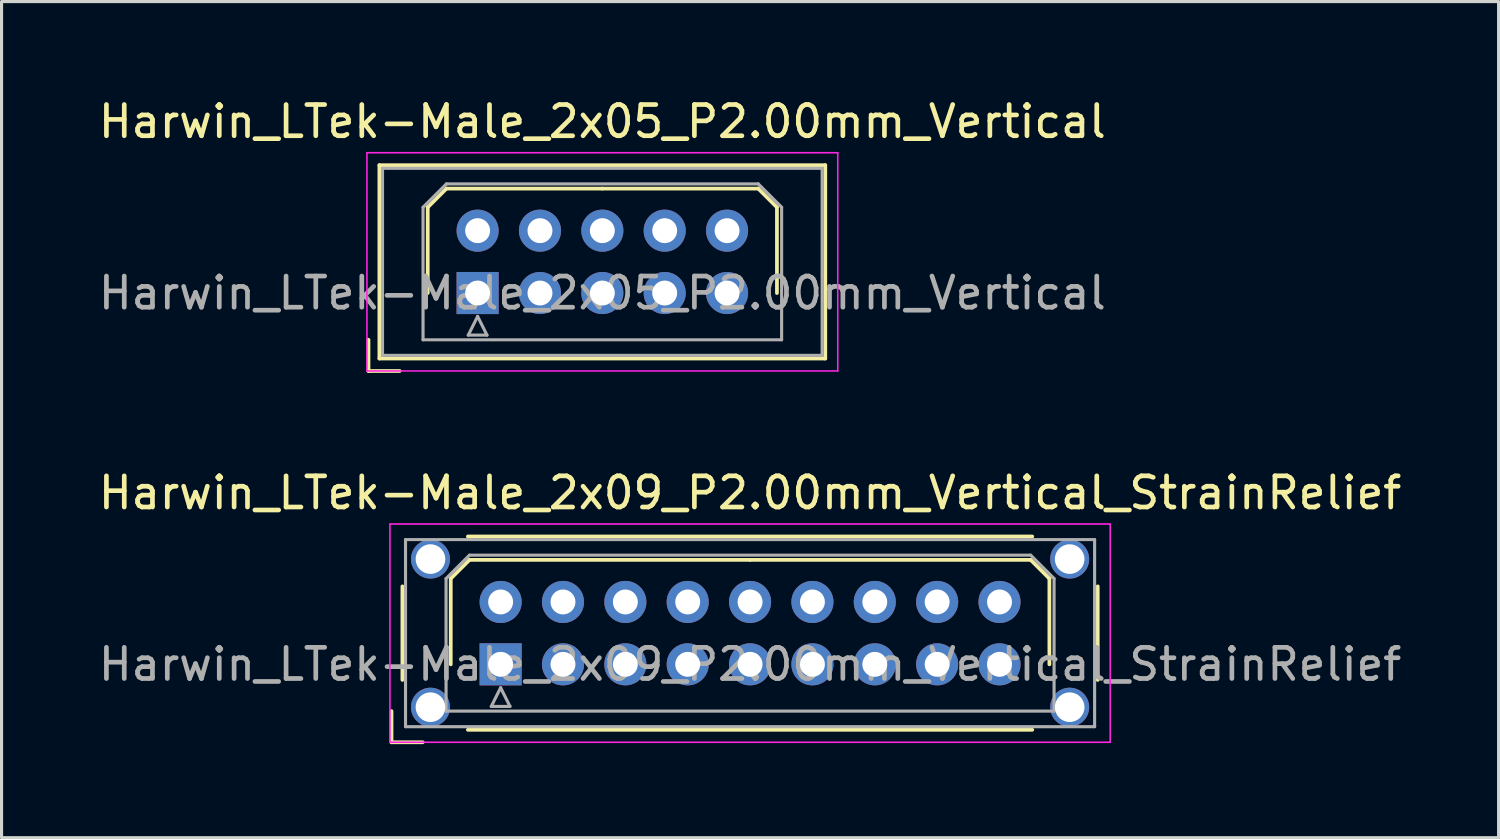
<source format=kicad_pcb>
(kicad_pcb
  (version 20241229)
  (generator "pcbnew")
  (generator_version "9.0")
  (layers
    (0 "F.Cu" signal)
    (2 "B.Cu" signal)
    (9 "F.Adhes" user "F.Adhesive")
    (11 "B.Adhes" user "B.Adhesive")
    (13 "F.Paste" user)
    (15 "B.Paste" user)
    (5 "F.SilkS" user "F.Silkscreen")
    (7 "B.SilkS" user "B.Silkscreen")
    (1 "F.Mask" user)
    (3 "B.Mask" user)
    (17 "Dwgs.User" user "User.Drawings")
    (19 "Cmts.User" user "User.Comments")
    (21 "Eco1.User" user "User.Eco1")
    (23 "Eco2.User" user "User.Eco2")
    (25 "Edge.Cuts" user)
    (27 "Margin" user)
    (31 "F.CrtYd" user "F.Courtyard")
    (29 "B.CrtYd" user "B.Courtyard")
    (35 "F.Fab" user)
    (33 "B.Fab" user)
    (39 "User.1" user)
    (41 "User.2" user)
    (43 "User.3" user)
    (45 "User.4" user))
  (footprint "Harwin_LTek-Male_2x05_P2.00mm_Vertical"
    (layer "F.Cu")
    (at 12.268 6.348)
    (property "Reference" "Harwin_LTek-Male_2x05_P2.00mm_Vertical" (at 4 -5.5 0) (layer "F.SilkS") (effects (font (size 1 1) (thickness 0.15))))
    (attr through_hole)
    (fp_line (start -3.5 1.5) (end -3.5 2.5) (stroke (width 0.12) (type solid)) (layer "F.SilkS"))
    (fp_line (start -3.5 2.5) (end -2.5 2.5) (stroke (width 0.12) (type solid)) (layer "F.SilkS"))
    (fp_line (start -3.15 -4.1) (end -3.15 2.1) (stroke (width 0.12) (type solid)) (layer "F.SilkS"))
    (fp_line (start -3.15 2.1) (end 11.15 2.1) (stroke (width 0.12) (type solid)) (layer "F.SilkS"))
    (fp_line (start -1.6 -2.75) (end -1 -3.35) (stroke (width 0.12) (type solid)) (layer "F.SilkS"))
    (fp_line (start -1.6 0) (end -1.6 -2.75) (stroke (width 0.12) (type solid)) (layer "F.SilkS"))
    (fp_line (start -1 -3.35) (end 4 -3.35) (stroke (width 0.12) (type solid)) (layer "F.SilkS"))
    (fp_line (start 9 -3.35) (end 4 -3.35) (stroke (width 0.12) (type solid)) (layer "F.SilkS"))
    (fp_line (start 9.6 -2.75) (end 9 -3.35) (stroke (width 0.12) (type solid)) (layer "F.SilkS"))
    (fp_line (start 9.6 0) (end 9.6 -2.75) (stroke (width 0.12) (type solid)) (layer "F.SilkS"))
    (fp_line (start 11.15 -4.1) (end -3.15 -4.1) (stroke (width 0.12) (type solid)) (layer "F.SilkS"))
    (fp_line (start 11.15 2.1) (end 11.15 -4.1) (stroke (width 0.12) (type solid)) (layer "F.SilkS"))
    (fp_line (start -3.55 -4.5) (end -3.55 2.5) (stroke (width 0.05) (type solid)) (layer "F.CrtYd"))
    (fp_line (start -3.55 2.5) (end 11.55 2.5) (stroke (width 0.05) (type solid)) (layer "F.CrtYd"))
    (fp_line (start 11.55 -4.5) (end -3.55 -4.5) (stroke (width 0.05) (type solid)) (layer "F.CrtYd"))
    (fp_line (start 11.55 2.5) (end 11.55 -4.5) (stroke (width 0.05) (type solid)) (layer "F.CrtYd"))
    (fp_line (start -3.05 -4) (end -3.05 2) (stroke (width 0.1) (type solid)) (layer "F.Fab"))
    (fp_line (start -3.05 2) (end 11.05 2) (stroke (width 0.1) (type solid)) (layer "F.Fab"))
    (fp_line (start -1.75 -2.75) (end -1 -3.5) (stroke (width 0.1) (type solid)) (layer "F.Fab"))
    (fp_line (start -1.75 1.5) (end -1.75 -2.75) (stroke (width 0.1) (type solid)) (layer "F.Fab"))
    (fp_line (start -1 -3.5) (end 9 -3.5) (stroke (width 0.1) (type solid)) (layer "F.Fab"))
    (fp_line (start -0.3 1.35) (end 0.3 1.35) (stroke (width 0.1) (type solid)) (layer "F.Fab"))
    (fp_line (start 0 0.75) (end -0.3 1.35) (stroke (width 0.1) (type solid)) (layer "F.Fab"))
    (fp_line (start 0.3 1.35) (end 0 0.75) (stroke (width 0.1) (type solid)) (layer "F.Fab"))
    (fp_line (start 9 -3.5) (end 9.75 -2.75) (stroke (width 0.1) (type solid)) (layer "F.Fab"))
    (fp_line (start 9.75 -2.75) (end 9.75 1.5) (stroke (width 0.1) (type solid)) (layer "F.Fab"))
    (fp_line (start 9.75 1.5) (end -1.75 1.5) (stroke (width 0.1) (type solid)) (layer "F.Fab"))
    (fp_line (start 11.05 -4) (end -3.05 -4) (stroke (width 0.1) (type solid)) (layer "F.Fab"))
    (fp_line (start 11.05 2) (end 11.05 -4) (stroke (width 0.1) (type solid)) (layer "F.Fab"))
    (fp_text user "${REFERENCE}" (at 4 0 0) (layer "F.Fab") (effects (font (size 1 1) (thickness 0.15))))
    (pad "1" thru_hole rect (at 0 0) (size 1.35 1.35) (drill 0.8) (layers "*.Cu" "*.Mask"))
    (pad "2" thru_hole circle (at 0 -2) (size 1.35 1.35) (drill 0.8) (layers "*.Cu" "*.Mask"))
    (pad "3" thru_hole circle (at 2 0) (size 1.35 1.35) (drill 0.8) (layers "*.Cu" "*.Mask"))
    (pad "4" thru_hole circle (at 2 -2) (size 1.35 1.35) (drill 0.8) (layers "*.Cu" "*.Mask"))
    (pad "5" thru_hole circle (at 4 0) (size 1.35 1.35) (drill 0.8) (layers "*.Cu" "*.Mask"))
    (pad "6" thru_hole circle (at 4 -2) (size 1.35 1.35) (drill 0.8) (layers "*.Cu" "*.Mask"))
    (pad "7" thru_hole circle (at 6 0) (size 1.35 1.35) (drill 0.8) (layers "*.Cu" "*.Mask"))
    (pad "8" thru_hole circle (at 6 -2) (size 1.35 1.35) (drill 0.8) (layers "*.Cu" "*.Mask"))
    (pad "9" thru_hole circle (at 8 0) (size 1.35 1.35) (drill 0.8) (layers "*.Cu" "*.Mask"))
    (pad "10" thru_hole circle (at 8 -2) (size 1.35 1.35) (drill 0.8) (layers "*.Cu" "*.Mask")))
  (footprint "Harwin_LTek-Male_2x09_P2.00mm_Vertical_StrainRelief"
    (layer "F.Cu")
    (at 13.006 18.256)
    (property "Reference" "Harwin_LTek-Male_2x09_P2.00mm_Vertical_StrainRelief" (at 8 -5.5 0) (layer "F.SilkS") (effects (font (size 1 1) (thickness 0.15))))
    (attr through_hole)
    (fp_line (start -3.5 1.5) (end -3.5 2.5) (stroke (width 0.12) (type solid)) (layer "F.SilkS"))
    (fp_line (start -3.5 2.5) (end -2.5 2.5) (stroke (width 0.12) (type solid)) (layer "F.SilkS"))
    (fp_line (start -3.15 -2.5) (end -3.15 0.5) (stroke (width 0.12) (type solid)) (layer "F.SilkS"))
    (fp_line (start -1.6 -2.75) (end -1 -3.35) (stroke (width 0.12) (type solid)) (layer "F.SilkS"))
    (fp_line (start -1.6 0) (end -1.6 -2.75) (stroke (width 0.12) (type solid)) (layer "F.SilkS"))
    (fp_line (start -1.05 -4.1) (end 17.05 -4.1) (stroke (width 0.12) (type solid)) (layer "F.SilkS"))
    (fp_line (start -1.05 2.1) (end 17.05 2.1) (stroke (width 0.12) (type solid)) (layer "F.SilkS"))
    (fp_line (start -1 -3.35) (end 8 -3.35) (stroke (width 0.12) (type solid)) (layer "F.SilkS"))
    (fp_line (start 17 -3.35) (end 8 -3.35) (stroke (width 0.12) (type solid)) (layer "F.SilkS"))
    (fp_line (start 17.6 -2.75) (end 17 -3.35) (stroke (width 0.12) (type solid)) (layer "F.SilkS"))
    (fp_line (start 17.6 0) (end 17.6 -2.75) (stroke (width 0.12) (type solid)) (layer "F.SilkS"))
    (fp_line (start 19.15 -2.5) (end 19.15 0.5) (stroke (width 0.12) (type solid)) (layer "F.SilkS"))
    (fp_line (start -3.55 -4.5) (end -3.55 2.5) (stroke (width 0.05) (type solid)) (layer "F.CrtYd"))
    (fp_line (start -3.55 2.5) (end 19.55 2.5) (stroke (width 0.05) (type solid)) (layer "F.CrtYd"))
    (fp_line (start 19.55 -4.5) (end -3.55 -4.5) (stroke (width 0.05) (type solid)) (layer "F.CrtYd"))
    (fp_line (start 19.55 2.5) (end 19.55 -4.5) (stroke (width 0.05) (type solid)) (layer "F.CrtYd"))
    (fp_line (start -3.05 -4) (end -3.05 2) (stroke (width 0.1) (type solid)) (layer "F.Fab"))
    (fp_line (start -3.05 2) (end 19.05 2) (stroke (width 0.1) (type solid)) (layer "F.Fab"))
    (fp_line (start -1.75 -2.75) (end -1 -3.5) (stroke (width 0.1) (type solid)) (layer "F.Fab"))
    (fp_line (start -1.75 1.5) (end -1.75 -2.75) (stroke (width 0.1) (type solid)) (layer "F.Fab"))
    (fp_line (start -1 -3.5) (end 17 -3.5) (stroke (width 0.1) (type solid)) (layer "F.Fab"))
    (fp_line (start -0.3 1.35) (end 0.3 1.35) (stroke (width 0.1) (type solid)) (layer "F.Fab"))
    (fp_line (start 0 0.75) (end -0.3 1.35) (stroke (width 0.1) (type solid)) (layer "F.Fab"))
    (fp_line (start 0.3 1.35) (end 0 0.75) (stroke (width 0.1) (type solid)) (layer "F.Fab"))
    (fp_line (start 17 -3.5) (end 17.75 -2.75) (stroke (width 0.1) (type solid)) (layer "F.Fab"))
    (fp_line (start 17.75 -2.75) (end 17.75 1.5) (stroke (width 0.1) (type solid)) (layer "F.Fab"))
    (fp_line (start 17.75 1.5) (end -1.75 1.5) (stroke (width 0.1) (type solid)) (layer "F.Fab"))
    (fp_line (start 19.05 -4) (end -3.05 -4) (stroke (width 0.1) (type solid)) (layer "F.Fab"))
    (fp_line (start 19.05 2) (end 19.05 -4) (stroke (width 0.1) (type solid)) (layer "F.Fab"))
    (fp_text user "${REFERENCE}" (at 8 0 0) (layer "F.Fab") (effects (font (size 1 1) (thickness 0.15))))
    (pad "" thru_hole circle (at -2.25 -3.375) (size 1.25 1.25) (drill 0.95) (layers "*.Cu" "*.Mask"))
    (pad "" thru_hole circle (at -2.25 1.375) (size 1.25 1.25) (drill 0.95) (layers "*.Cu" "*.Mask"))
    (pad "" thru_hole circle (at 18.25 -3.375) (size 1.25 1.25) (drill 0.95) (layers "*.Cu" "*.Mask"))
    (pad "" thru_hole circle (at 18.25 1.375) (size 1.25 1.25) (drill 0.95) (layers "*.Cu" "*.Mask"))
    (pad "1" thru_hole rect (at 0 0) (size 1.35 1.35) (drill 0.8) (layers "*.Cu" "*.Mask"))
    (pad "2" thru_hole circle (at 0 -2) (size 1.35 1.35) (drill 0.8) (layers "*.Cu" "*.Mask"))
    (pad "3" thru_hole circle (at 2 0) (size 1.35 1.35) (drill 0.8) (layers "*.Cu" "*.Mask"))
    (pad "4" thru_hole circle (at 2 -2) (size 1.35 1.35) (drill 0.8) (layers "*.Cu" "*.Mask"))
    (pad "5" thru_hole circle (at 4 0) (size 1.35 1.35) (drill 0.8) (layers "*.Cu" "*.Mask"))
    (pad "6" thru_hole circle (at 4 -2) (size 1.35 1.35) (drill 0.8) (layers "*.Cu" "*.Mask"))
    (pad "7" thru_hole circle (at 6 0) (size 1.35 1.35) (drill 0.8) (layers "*.Cu" "*.Mask"))
    (pad "8" thru_hole circle (at 6 -2) (size 1.35 1.35) (drill 0.8) (layers "*.Cu" "*.Mask"))
    (pad "9" thru_hole circle (at 8 0) (size 1.35 1.35) (drill 0.8) (layers "*.Cu" "*.Mask"))
    (pad "10" thru_hole circle (at 8 -2) (size 1.35 1.35) (drill 0.8) (layers "*.Cu" "*.Mask"))
    (pad "11" thru_hole circle (at 10 0) (size 1.35 1.35) (drill 0.8) (layers "*.Cu" "*.Mask"))
    (pad "12" thru_hole circle (at 10 -2) (size 1.35 1.35) (drill 0.8) (layers "*.Cu" "*.Mask"))
    (pad "13" thru_hole circle (at 12 0) (size 1.35 1.35) (drill 0.8) (layers "*.Cu" "*.Mask"))
    (pad "14" thru_hole circle (at 12 -2) (size 1.35 1.35) (drill 0.8) (layers "*.Cu" "*.Mask"))
    (pad "15" thru_hole circle (at 14 0) (size 1.35 1.35) (drill 0.8) (layers "*.Cu" "*.Mask"))
    (pad "16" thru_hole circle (at 14 -2) (size 1.35 1.35) (drill 0.8) (layers "*.Cu" "*.Mask"))
    (pad "17" thru_hole circle (at 16 0) (size 1.35 1.35) (drill 0.8) (layers "*.Cu" "*.Mask"))
    (pad "18" thru_hole circle (at 16 -2) (size 1.35 1.35) (drill 0.8) (layers "*.Cu" "*.Mask")))
  (gr_rect
    (start -3 -3)
    (end 45.012 23.817)
    (stroke (width 0.1) (type default))
    (fill no)
    (layer "Edge.Cuts")))
</source>
